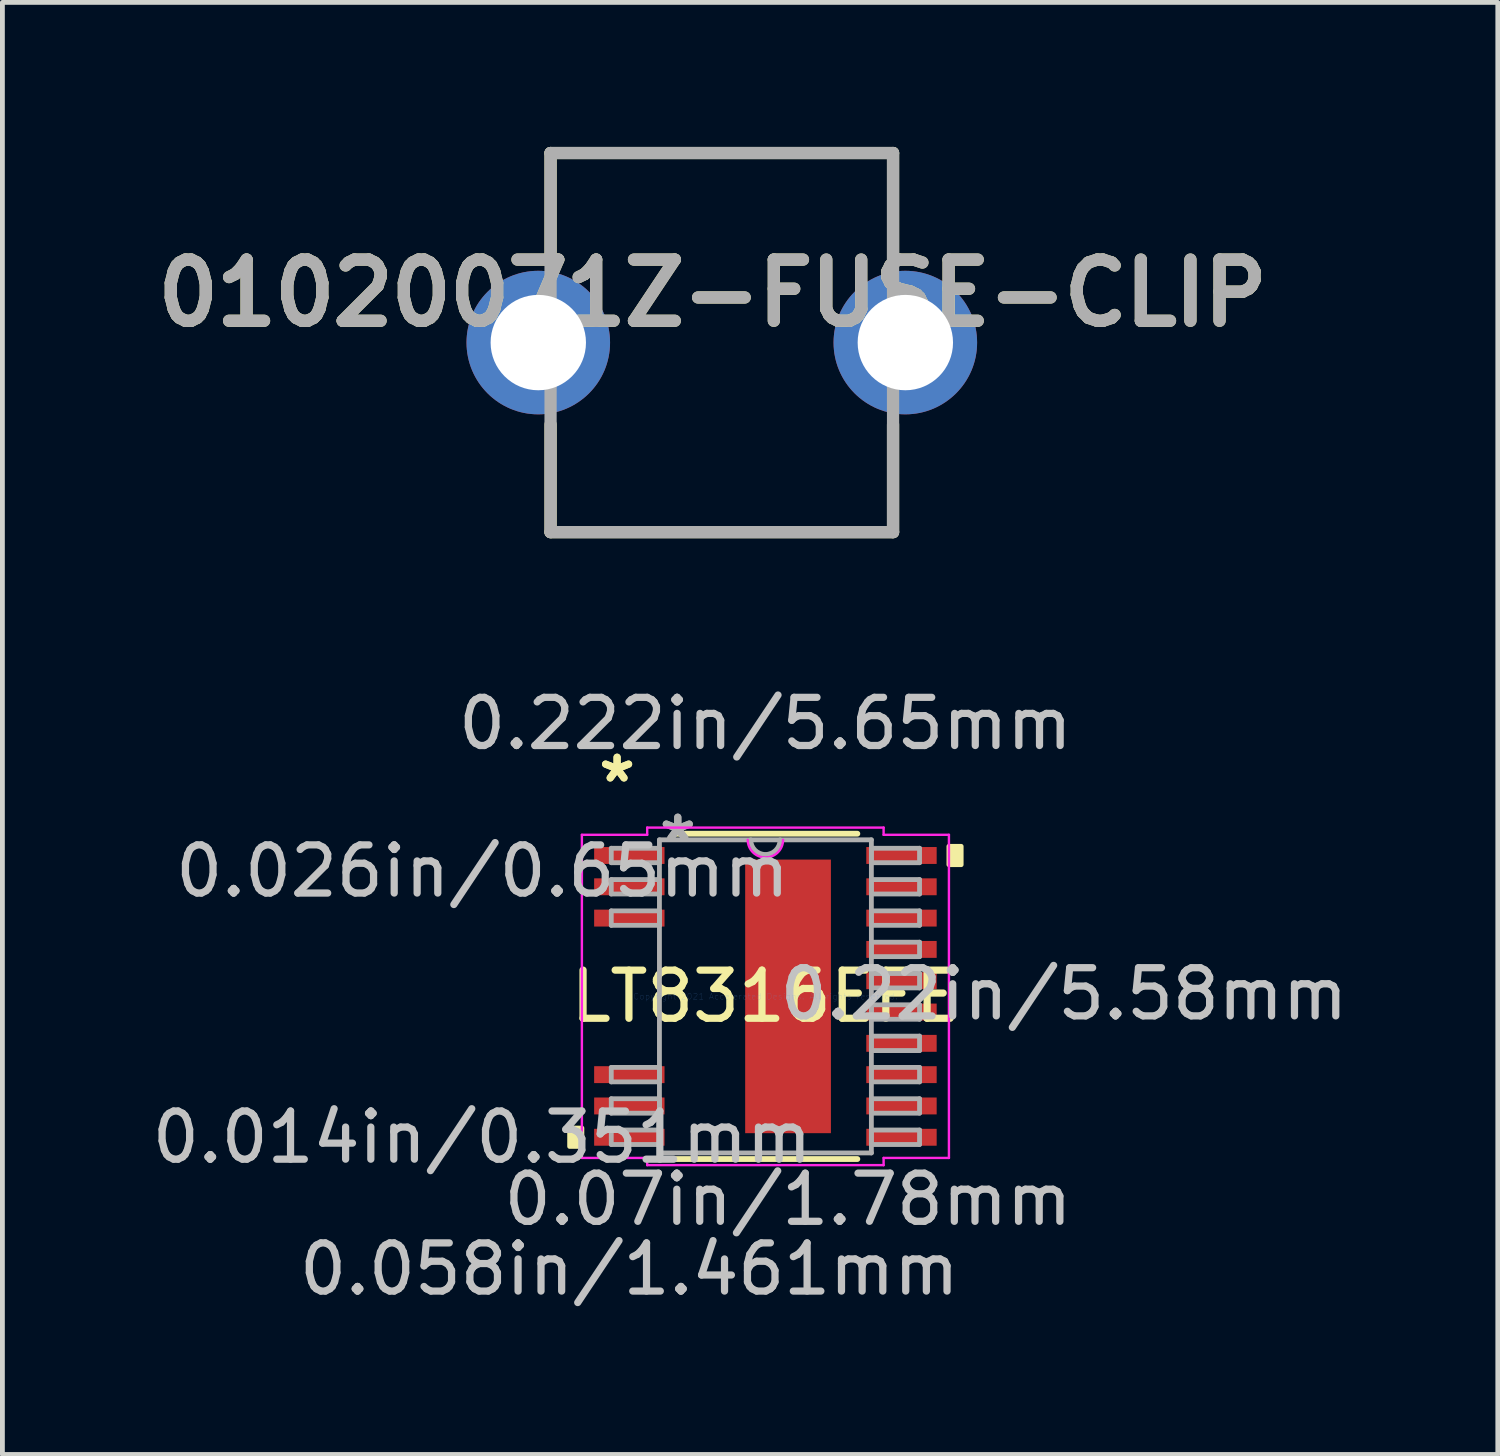
<source format=kicad_pcb>
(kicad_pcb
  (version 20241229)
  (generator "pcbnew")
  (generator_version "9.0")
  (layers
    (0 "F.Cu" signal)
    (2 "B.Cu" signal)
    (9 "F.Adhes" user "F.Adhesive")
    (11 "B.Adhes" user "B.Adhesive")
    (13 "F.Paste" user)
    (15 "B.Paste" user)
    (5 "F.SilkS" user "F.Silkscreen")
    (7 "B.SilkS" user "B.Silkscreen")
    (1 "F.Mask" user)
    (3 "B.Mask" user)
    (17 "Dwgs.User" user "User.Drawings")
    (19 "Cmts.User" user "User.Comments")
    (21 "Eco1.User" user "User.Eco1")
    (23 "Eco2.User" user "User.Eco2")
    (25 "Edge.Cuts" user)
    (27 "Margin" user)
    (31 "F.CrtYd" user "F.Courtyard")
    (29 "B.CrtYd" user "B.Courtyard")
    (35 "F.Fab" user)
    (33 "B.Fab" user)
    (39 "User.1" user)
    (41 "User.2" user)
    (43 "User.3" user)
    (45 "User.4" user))
  (footprint "01020071Z-FUSE-CLIP"
    (layer "F.Cu")
    (at 11.935 4.062)
    (property "Reference" "01020071Z-FUSE-CLIP" (at -0.19 -1.027 0) (layer "F.SilkS") (effects (font (size 1.27 1.27) (thickness 0.254))))
    (attr through_hole)
    (fp_line (start -3.555 -3.935) (end -3.555 -1.7) (stroke (width 0.254) (type solid)) (layer "F.SilkS"))
    (fp_line (start -3.555 -3.935) (end 3.555 -3.935) (stroke (width 0.254) (type solid)) (layer "F.SilkS"))
    (fp_line (start -3.555 3.935) (end -3.555 1.7) (stroke (width 0.254) (type solid)) (layer "F.SilkS"))
    (fp_line (start -3.555 3.935) (end 3.555 3.935) (stroke (width 0.254) (type solid)) (layer "F.SilkS"))
    (fp_line (start 3.555 -3.935) (end 3.555 -1.7) (stroke (width 0.254) (type solid)) (layer "F.SilkS"))
    (fp_line (start 3.555 3.935) (end 3.555 1.7) (stroke (width 0.254) (type solid)) (layer "F.SilkS"))
    (fp_line (start -3.555 -3.935) (end 3.555 -3.935) (stroke (width 0.254) (type solid)) (layer "F.Fab"))
    (fp_line (start -3.555 3.935) (end -3.555 -3.935) (stroke (width 0.254) (type solid)) (layer "F.Fab"))
    (fp_line (start 3.555 -3.935) (end 3.555 3.935) (stroke (width 0.254) (type solid)) (layer "F.Fab"))
    (fp_line (start 3.555 3.935) (end -3.555 3.935) (stroke (width 0.254) (type solid)) (layer "F.Fab"))
    (fp_text user "${REFERENCE}" (at -0.19 -1.027 0) (layer "F.Fab") (effects (font (size 1.27 1.27) (thickness 0.254))))
    (pad "1" thru_hole circle (at -3.81 0) (size 2.98 2.98) (drill 1.98) (layers "*.Cu" "*.Mask"))
    (pad "2" thru_hole circle (at 3.81 0) (size 2.98 2.98) (drill 1.98) (layers "*.Cu" "*.Mask")))
  (footprint "LT8316EFE"
    (layer "F.Cu")
    (at 12.84 17.635)
    (property "Reference" "LT8316EFE" (at 0 0 0) (layer "F.SilkS") (effects (font (size 1 1) (thickness 0.15))))
    (attr through_hole)
    (fp_line (start -1.909 3.377) (end 1.909 3.377) (stroke (width 0.12) (type solid)) (layer "F.SilkS"))
    (fp_line (start 1.909 -3.377) (end -1.909 -3.377) (stroke (width 0.12) (type solid)) (layer "F.SilkS"))
    (fp_poly (pts (xy -4.064 2.734) (xy -4.064 3.115) (xy -3.81 3.115) (xy -3.81 2.734)) (stroke (width 0.1) (type solid)) (fill yes) (layer "F.SilkS"))
    (fp_poly (pts (xy 4.064 -3.115) (xy 4.064 -2.734) (xy 3.81 -2.734) (xy 3.81 -3.115)) (stroke (width 0.1) (type solid)) (fill yes) (layer "F.SilkS"))
    (fp_poly (pts (xy -0.32 -2.74) (xy -0.32 -1.52) (xy 1.26 -1.52) (xy 1.26 -2.74)) (stroke (width 0.1) (type solid)) (fill yes) (layer "F.Paste"))
    (fp_poly (pts (xy -0.32 -1.32) (xy -0.32 -0.1) (xy 1.26 -0.1) (xy 1.26 -1.32)) (stroke (width 0.1) (type solid)) (fill yes) (layer "F.Paste"))
    (fp_poly (pts (xy -0.32 0.1) (xy -0.32 1.32) (xy 1.26 1.32) (xy 1.26 0.1)) (stroke (width 0.1) (type solid)) (fill yes) (layer "F.Paste"))
    (fp_poly (pts (xy -0.32 1.52) (xy -0.32 2.74) (xy 1.26 2.74) (xy 1.26 1.52)) (stroke (width 0.1) (type solid)) (fill yes) (layer "F.Paste"))
    (fp_line (start -3.81 -3.354) (end -2.454 -3.354) (stroke (width 0.05) (type solid)) (layer "F.CrtYd"))
    (fp_line (start -3.81 3.354) (end -3.81 -3.354) (stroke (width 0.05) (type solid)) (layer "F.CrtYd"))
    (fp_line (start -2.454 -3.504) (end 2.454 -3.504) (stroke (width 0.05) (type solid)) (layer "F.CrtYd"))
    (fp_line (start -2.454 -3.354) (end -2.454 -3.504) (stroke (width 0.05) (type solid)) (layer "F.CrtYd"))
    (fp_line (start -2.454 3.354) (end -3.81 3.354) (stroke (width 0.05) (type solid)) (layer "F.CrtYd"))
    (fp_line (start -2.454 3.504) (end -2.454 3.354) (stroke (width 0.05) (type solid)) (layer "F.CrtYd"))
    (fp_line (start 2.454 -3.504) (end 2.454 -3.354) (stroke (width 0.05) (type solid)) (layer "F.CrtYd"))
    (fp_line (start 2.454 -3.354) (end 3.81 -3.354) (stroke (width 0.05) (type solid)) (layer "F.CrtYd"))
    (fp_line (start 2.454 3.354) (end 2.454 3.504) (stroke (width 0.05) (type solid)) (layer "F.CrtYd"))
    (fp_line (start 2.454 3.504) (end -2.454 3.504) (stroke (width 0.05) (type solid)) (layer "F.CrtYd"))
    (fp_line (start 3.81 -3.354) (end 3.81 3.354) (stroke (width 0.05) (type solid)) (layer "F.CrtYd"))
    (fp_line (start 3.81 3.354) (end 2.454 3.354) (stroke (width 0.05) (type solid)) (layer "F.CrtYd"))
    (fp_arc (start 0.366666 -3.250001) (mid 0 -2.883335) (end -0.366666 -3.250001) (stroke (width 0.05) (type solid)) (layer "F.CrtYd"))
    (fp_line (start -3.2 -3.075) (end -3.2 -2.775) (stroke (width 0.1) (type solid)) (layer "F.Fab"))
    (fp_line (start -3.2 -2.775) (end -2.2 -2.775) (stroke (width 0.1) (type solid)) (layer "F.Fab"))
    (fp_line (start -3.2 -2.425) (end -3.2 -2.125) (stroke (width 0.1) (type solid)) (layer "F.Fab"))
    (fp_line (start -3.2 -2.125) (end -2.2 -2.125) (stroke (width 0.1) (type solid)) (layer "F.Fab"))
    (fp_line (start -3.2 -1.775) (end -3.2 -1.475) (stroke (width 0.1) (type solid)) (layer "F.Fab"))
    (fp_line (start -3.2 -1.475) (end -2.2 -1.475) (stroke (width 0.1) (type solid)) (layer "F.Fab"))
    (fp_line (start -3.2 1.475) (end -3.2 1.775) (stroke (width 0.1) (type solid)) (layer "F.Fab"))
    (fp_line (start -3.2 1.775) (end -2.2 1.775) (stroke (width 0.1) (type solid)) (layer "F.Fab"))
    (fp_line (start -3.2 2.125) (end -3.2 2.425) (stroke (width 0.1) (type solid)) (layer "F.Fab"))
    (fp_line (start -3.2 2.425) (end -2.2 2.425) (stroke (width 0.1) (type solid)) (layer "F.Fab"))
    (fp_line (start -3.2 2.775) (end -3.2 3.075) (stroke (width 0.1) (type solid)) (layer "F.Fab"))
    (fp_line (start -3.2 3.075) (end -2.2 3.075) (stroke (width 0.1) (type solid)) (layer "F.Fab"))
    (fp_line (start -2.2 -3.25) (end -2.2 3.25) (stroke (width 0.1) (type solid)) (layer "F.Fab"))
    (fp_line (start -2.2 -3.075) (end -3.2 -3.075) (stroke (width 0.1) (type solid)) (layer "F.Fab"))
    (fp_line (start -2.2 -2.775) (end -2.2 -3.075) (stroke (width 0.1) (type solid)) (layer "F.Fab"))
    (fp_line (start -2.2 -2.425) (end -3.2 -2.425) (stroke (width 0.1) (type solid)) (layer "F.Fab"))
    (fp_line (start -2.2 -2.125) (end -2.2 -2.425) (stroke (width 0.1) (type solid)) (layer "F.Fab"))
    (fp_line (start -2.2 -1.775) (end -3.2 -1.775) (stroke (width 0.1) (type solid)) (layer "F.Fab"))
    (fp_line (start -2.2 -1.475) (end -2.2 -1.775) (stroke (width 0.1) (type solid)) (layer "F.Fab"))
    (fp_line (start -2.2 1.475) (end -3.2 1.475) (stroke (width 0.1) (type solid)) (layer "F.Fab"))
    (fp_line (start -2.2 1.775) (end -2.2 1.475) (stroke (width 0.1) (type solid)) (layer "F.Fab"))
    (fp_line (start -2.2 2.125) (end -3.2 2.125) (stroke (width 0.1) (type solid)) (layer "F.Fab"))
    (fp_line (start -2.2 2.425) (end -2.2 2.125) (stroke (width 0.1) (type solid)) (layer "F.Fab"))
    (fp_line (start -2.2 2.775) (end -3.2 2.775) (stroke (width 0.1) (type solid)) (layer "F.Fab"))
    (fp_line (start -2.2 3.075) (end -2.2 2.775) (stroke (width 0.1) (type solid)) (layer "F.Fab"))
    (fp_line (start -2.2 3.25) (end 2.2 3.25) (stroke (width 0.1) (type solid)) (layer "F.Fab"))
    (fp_line (start 2.2 -3.25) (end -2.2 -3.25) (stroke (width 0.1) (type solid)) (layer "F.Fab"))
    (fp_line (start 2.2 -3.075) (end 2.2 -2.775) (stroke (width 0.1) (type solid)) (layer "F.Fab"))
    (fp_line (start 2.2 -2.775) (end 3.2 -2.775) (stroke (width 0.1) (type solid)) (layer "F.Fab"))
    (fp_line (start 2.2 -2.425) (end 2.2 -2.125) (stroke (width 0.1) (type solid)) (layer "F.Fab"))
    (fp_line (start 2.2 -2.125) (end 3.2 -2.125) (stroke (width 0.1) (type solid)) (layer "F.Fab"))
    (fp_line (start 2.2 -1.775) (end 2.2 -1.475) (stroke (width 0.1) (type solid)) (layer "F.Fab"))
    (fp_line (start 2.2 -1.475) (end 3.2 -1.475) (stroke (width 0.1) (type solid)) (layer "F.Fab"))
    (fp_line (start 2.2 -1.125) (end 2.2 -0.825) (stroke (width 0.1) (type solid)) (layer "F.Fab"))
    (fp_line (start 2.2 -0.825) (end 3.2 -0.825) (stroke (width 0.1) (type solid)) (layer "F.Fab"))
    (fp_line (start 2.2 -0.475) (end 2.2 -0.175) (stroke (width 0.1) (type solid)) (layer "F.Fab"))
    (fp_line (start 2.2 -0.175) (end 3.2 -0.175) (stroke (width 0.1) (type solid)) (layer "F.Fab"))
    (fp_line (start 2.2 0.175) (end 2.2 0.475) (stroke (width 0.1) (type solid)) (layer "F.Fab"))
    (fp_line (start 2.2 0.475) (end 3.2 0.475) (stroke (width 0.1) (type solid)) (layer "F.Fab"))
    (fp_line (start 2.2 0.825) (end 2.2 1.125) (stroke (width 0.1) (type solid)) (layer "F.Fab"))
    (fp_line (start 2.2 1.125) (end 3.2 1.125) (stroke (width 0.1) (type solid)) (layer "F.Fab"))
    (fp_line (start 2.2 1.475) (end 2.2 1.775) (stroke (width 0.1) (type solid)) (layer "F.Fab"))
    (fp_line (start 2.2 1.775) (end 3.2 1.775) (stroke (width 0.1) (type solid)) (layer "F.Fab"))
    (fp_line (start 2.2 2.125) (end 2.2 2.425) (stroke (width 0.1) (type solid)) (layer "F.Fab"))
    (fp_line (start 2.2 2.425) (end 3.2 2.425) (stroke (width 0.1) (type solid)) (layer "F.Fab"))
    (fp_line (start 2.2 2.775) (end 2.2 3.075) (stroke (width 0.1) (type solid)) (layer "F.Fab"))
    (fp_line (start 2.2 3.075) (end 3.2 3.075) (stroke (width 0.1) (type solid)) (layer "F.Fab"))
    (fp_line (start 2.2 3.25) (end 2.2 -3.25) (stroke (width 0.1) (type solid)) (layer "F.Fab"))
    (fp_line (start 3.2 -3.075) (end 2.2 -3.075) (stroke (width 0.1) (type solid)) (layer "F.Fab"))
    (fp_line (start 3.2 -2.775) (end 3.2 -3.075) (stroke (width 0.1) (type solid)) (layer "F.Fab"))
    (fp_line (start 3.2 -2.425) (end 2.2 -2.425) (stroke (width 0.1) (type solid)) (layer "F.Fab"))
    (fp_line (start 3.2 -2.125) (end 3.2 -2.425) (stroke (width 0.1) (type solid)) (layer "F.Fab"))
    (fp_line (start 3.2 -1.775) (end 2.2 -1.775) (stroke (width 0.1) (type solid)) (layer "F.Fab"))
    (fp_line (start 3.2 -1.475) (end 3.2 -1.775) (stroke (width 0.1) (type solid)) (layer "F.Fab"))
    (fp_line (start 3.2 -1.125) (end 2.2 -1.125) (stroke (width 0.1) (type solid)) (layer "F.Fab"))
    (fp_line (start 3.2 -0.825) (end 3.2 -1.125) (stroke (width 0.1) (type solid)) (layer "F.Fab"))
    (fp_line (start 3.2 -0.475) (end 2.2 -0.475) (stroke (width 0.1) (type solid)) (layer "F.Fab"))
    (fp_line (start 3.2 -0.175) (end 3.2 -0.475) (stroke (width 0.1) (type solid)) (layer "F.Fab"))
    (fp_line (start 3.2 0.175) (end 2.2 0.175) (stroke (width 0.1) (type solid)) (layer "F.Fab"))
    (fp_line (start 3.2 0.475) (end 3.2 0.175) (stroke (width 0.1) (type solid)) (layer "F.Fab"))
    (fp_line (start 3.2 0.825) (end 2.2 0.825) (stroke (width 0.1) (type solid)) (layer "F.Fab"))
    (fp_line (start 3.2 1.125) (end 3.2 0.825) (stroke (width 0.1) (type solid)) (layer "F.Fab"))
    (fp_line (start 3.2 1.475) (end 2.2 1.475) (stroke (width 0.1) (type solid)) (layer "F.Fab"))
    (fp_line (start 3.2 1.775) (end 3.2 1.475) (stroke (width 0.1) (type solid)) (layer "F.Fab"))
    (fp_line (start 3.2 2.125) (end 2.2 2.125) (stroke (width 0.1) (type solid)) (layer "F.Fab"))
    (fp_line (start 3.2 2.425) (end 3.2 2.125) (stroke (width 0.1) (type solid)) (layer "F.Fab"))
    (fp_line (start 3.2 2.775) (end 2.2 2.775) (stroke (width 0.1) (type solid)) (layer "F.Fab"))
    (fp_line (start 3.2 3.075) (end 3.2 2.775) (stroke (width 0.1) (type solid)) (layer "F.Fab"))
    (fp_arc (start 0.3048 -3.250001) (mid 0 -2.945201) (end -0.3048 -3.250001) (stroke (width 0.1) (type solid)) (layer "F.Fab"))
    (fp_text user "*" (at -3.079 -4.419 0) (layer "F.SilkS") (effects (font (size 1 1) (thickness 0.15))))
    (fp_text user "*" (at -3.079 -4.419 0) (layer "F.SilkS") (effects (font (size 1 1) (thickness 0.15))))
    (fp_text user "0.07in/1.78mm" (at 0.47 4.215 0) (layer "Dwgs.User") (effects (font (size 1 1) (thickness 0.15))))
    (fp_text user "0.014in/0.351mm" (at -5.882 2.925 0) (layer "Dwgs.User") (effects (font (size 1 1) (thickness 0.15))))
    (fp_text user "0.026in/0.65mm" (at -5.873 -2.6 0) (layer "Dwgs.User") (effects (font (size 1 1) (thickness 0.15))))
    (fp_text user "0.22in/5.58mm" (at 6.198 -0.05 0) (layer "Dwgs.User") (effects (font (size 1 1) (thickness 0.15))))
    (fp_text user "0.222in/5.65mm" (at 0 -5.663 0) (layer "Dwgs.User") (effects (font (size 1 1) (thickness 0.15))))
    (fp_text user "0.058in/1.461mm" (at -2.825 5.663 0) (layer "Dwgs.User") (effects (font (size 1 1) (thickness 0.15))))
    (fp_text user "Copyright 2021 Accelerated Designs. All rights reserved." (at 0 0 0) (layer "Cmts.User") (effects (font (size 0.127 0.127) (thickness 0.002))))
    (fp_text user "*" (at -1.819 -3.174 0) (layer "F.Fab") (effects (font (size 1 1) (thickness 0.15))))
    (fp_text user "*" (at -1.819 -3.174 0) (layer "F.Fab") (effects (font (size 1 1) (thickness 0.15))))
    (pad "1" smd rect (at -2.825 -2.925) (size 1.461 0.351) (layers "F.Cu" "F.Mask" "F.Paste"))
    (pad "2" smd rect (at -2.825 -2.275) (size 1.461 0.351) (layers "F.Cu" "F.Mask" "F.Paste"))
    (pad "3" smd rect (at -2.825 -1.625) (size 1.461 0.351) (layers "F.Cu" "F.Mask" "F.Paste"))
    (pad "8" smd rect (at -2.825 1.625) (size 1.461 0.351) (layers "F.Cu" "F.Mask" "F.Paste"))
    (pad "9" smd rect (at -2.825 2.275) (size 1.461 0.351) (layers "F.Cu" "F.Mask" "F.Paste"))
    (pad "10" smd rect (at -2.825 2.925) (size 1.461 0.351) (layers "F.Cu" "F.Mask" "F.Paste"))
    (pad "11" smd rect (at 2.825 2.925) (size 1.461 0.351) (layers "F.Cu" "F.Mask" "F.Paste"))
    (pad "12" smd rect (at 2.825 2.275) (size 1.461 0.351) (layers "F.Cu" "F.Mask" "F.Paste"))
    (pad "13" smd rect (at 2.825 1.625) (size 1.461 0.351) (layers "F.Cu" "F.Mask" "F.Paste"))
    (pad "14" smd rect (at 2.825 0.975) (size 1.461 0.351) (layers "F.Cu" "F.Mask" "F.Paste"))
    (pad "15" smd rect (at 2.825 0.325) (size 1.461 0.351) (layers "F.Cu" "F.Mask" "F.Paste"))
    (pad "16" smd rect (at 2.825 -0.325) (size 1.461 0.351) (layers "F.Cu" "F.Mask" "F.Paste"))
    (pad "17" smd rect (at 2.825 -0.975) (size 1.461 0.351) (layers "F.Cu" "F.Mask" "F.Paste"))
    (pad "18" smd rect (at 2.825 -1.625) (size 1.461 0.351) (layers "F.Cu" "F.Mask" "F.Paste"))
    (pad "19" smd rect (at 2.825 -2.275) (size 1.461 0.351) (layers "F.Cu" "F.Mask" "F.Paste"))
    (pad "20" smd rect (at 2.825 -2.925) (size 1.461 0.351) (layers "F.Cu" "F.Mask" "F.Paste"))
    (pad "EPAD" smd rect (at 0.47 0) (size 1.78 5.68) (layers "F.Cu" "F.Mask" "F.Paste")))
  (gr_rect
    (start -3 -3)
    (end 28.045 27.146)
    (stroke (width 0.1) (type default))
    (fill no)
    (layer "Edge.Cuts")))
</source>
